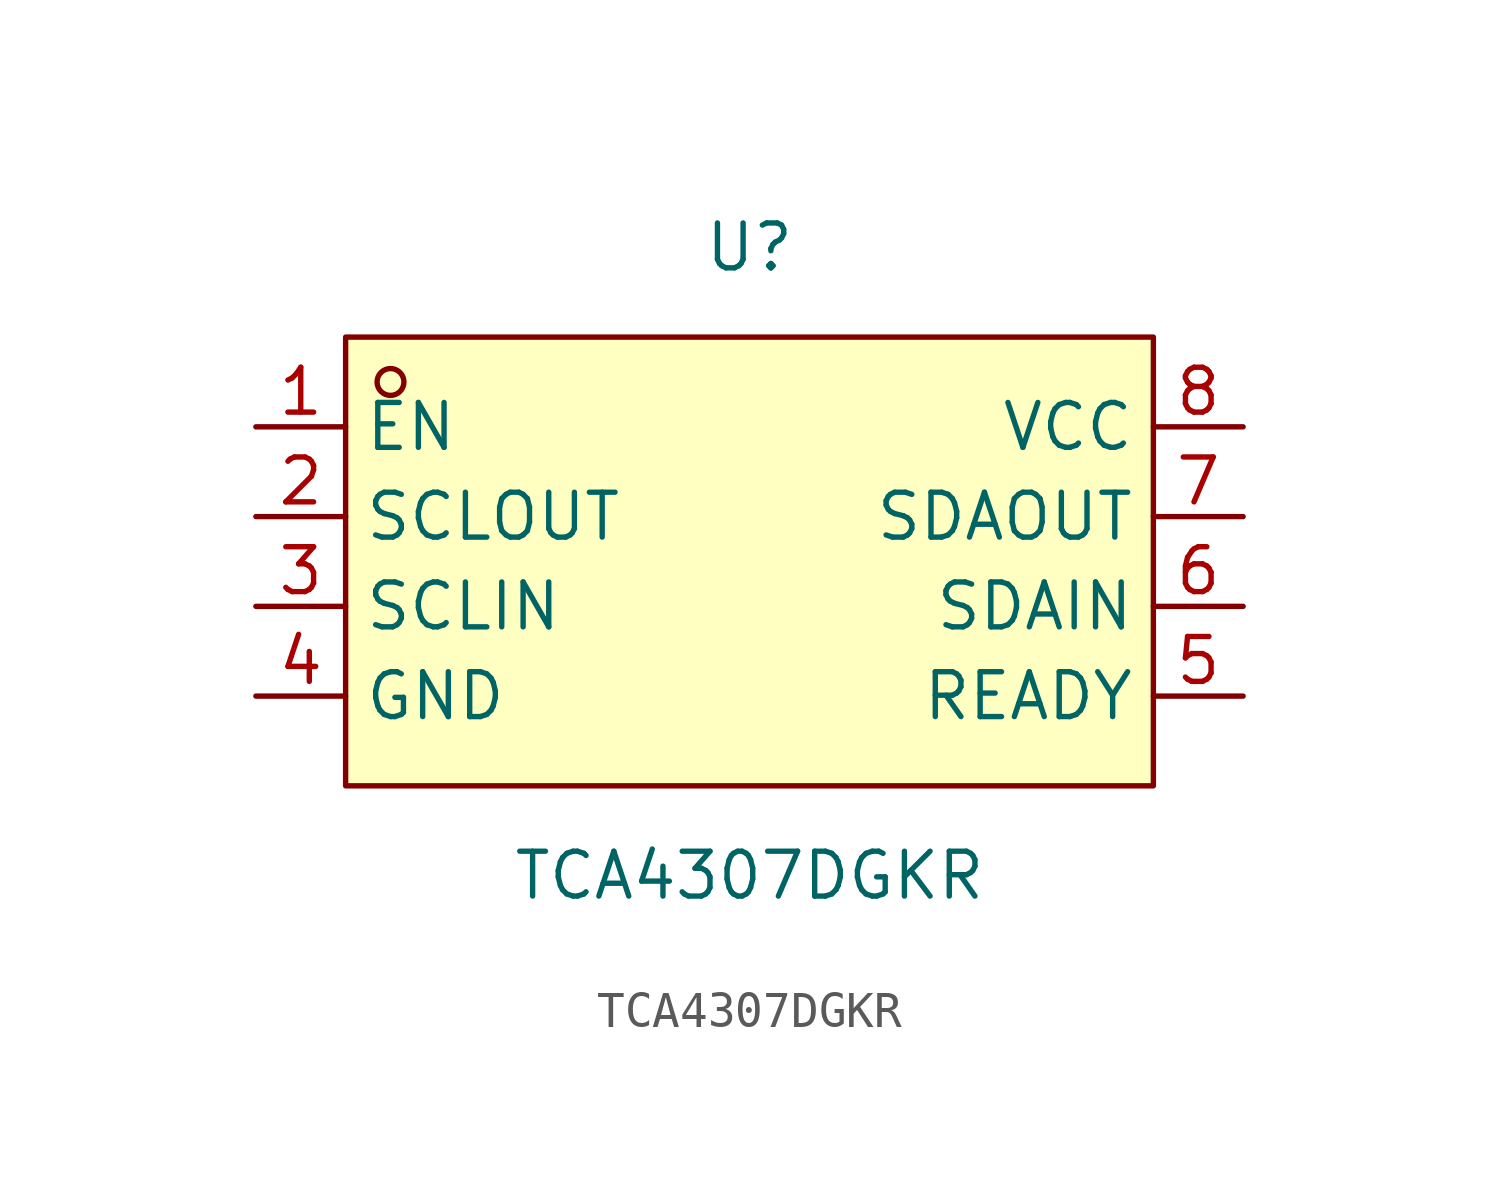
<source format=kicad_sym>
(kicad_symbol_lib
  (version 20241209)
  (generator "kicad_symbol_editor")
  (generator_version "9.0")
  (symbol "TCA4307DGKR"
    (property "Reference" "U"
      (at 0 8.89 0)
      (effects (font (size 1.27 1.27))))
    (property "Value" "TCA4307DGKR"
      (at 0 -8.89 0)
      (effects (font (size 1.27 1.27))))
    (symbol "TCA4307DGKR_0_1"
      (rectangle (start -11.43 6.35) (end 11.43 -6.35) (stroke (width 0) (type default)) (fill (type background)))
      (circle (center -10.16 5.08) (radius 0.38) (stroke (width 0) (type default)) (fill (type none)))
      (pin unspecified line (at -13.97 3.81 0) (length 2.54) (name "EN" (effects (font (size 1.27 1.27)))) (number "1" (effects (font (size 1.27 1.27)))))
      (pin unspecified line (at -13.97 1.27 0) (length 2.54) (name "SCLOUT" (effects (font (size 1.27 1.27)))) (number "2" (effects (font (size 1.27 1.27)))))
      (pin unspecified line (at -13.97 -1.27 0) (length 2.54) (name "SCLIN" (effects (font (size 1.27 1.27)))) (number "3" (effects (font (size 1.27 1.27)))))
      (pin unspecified line (at -13.97 -3.81 0) (length 2.54) (name "GND" (effects (font (size 1.27 1.27)))) (number "4" (effects (font (size 1.27 1.27)))))
      (pin unspecified line (at 13.97 3.81 180) (length 2.54) (name "VCC" (effects (font (size 1.27 1.27)))) (number "8" (effects (font (size 1.27 1.27)))))
      (pin unspecified line (at 13.97 1.27 180) (length 2.54) (name "SDAOUT" (effects (font (size 1.27 1.27)))) (number "7" (effects (font (size 1.27 1.27)))))
      (pin unspecified line (at 13.97 -1.27 180) (length 2.54) (name "SDAIN" (effects (font (size 1.27 1.27)))) (number "6" (effects (font (size 1.27 1.27)))))
      (pin unspecified line (at 13.97 -3.81 180) (length 2.54) (name "READY" (effects (font (size 1.27 1.27)))) (number "5" (effects (font (size 1.27 1.27))))))))
</source>
